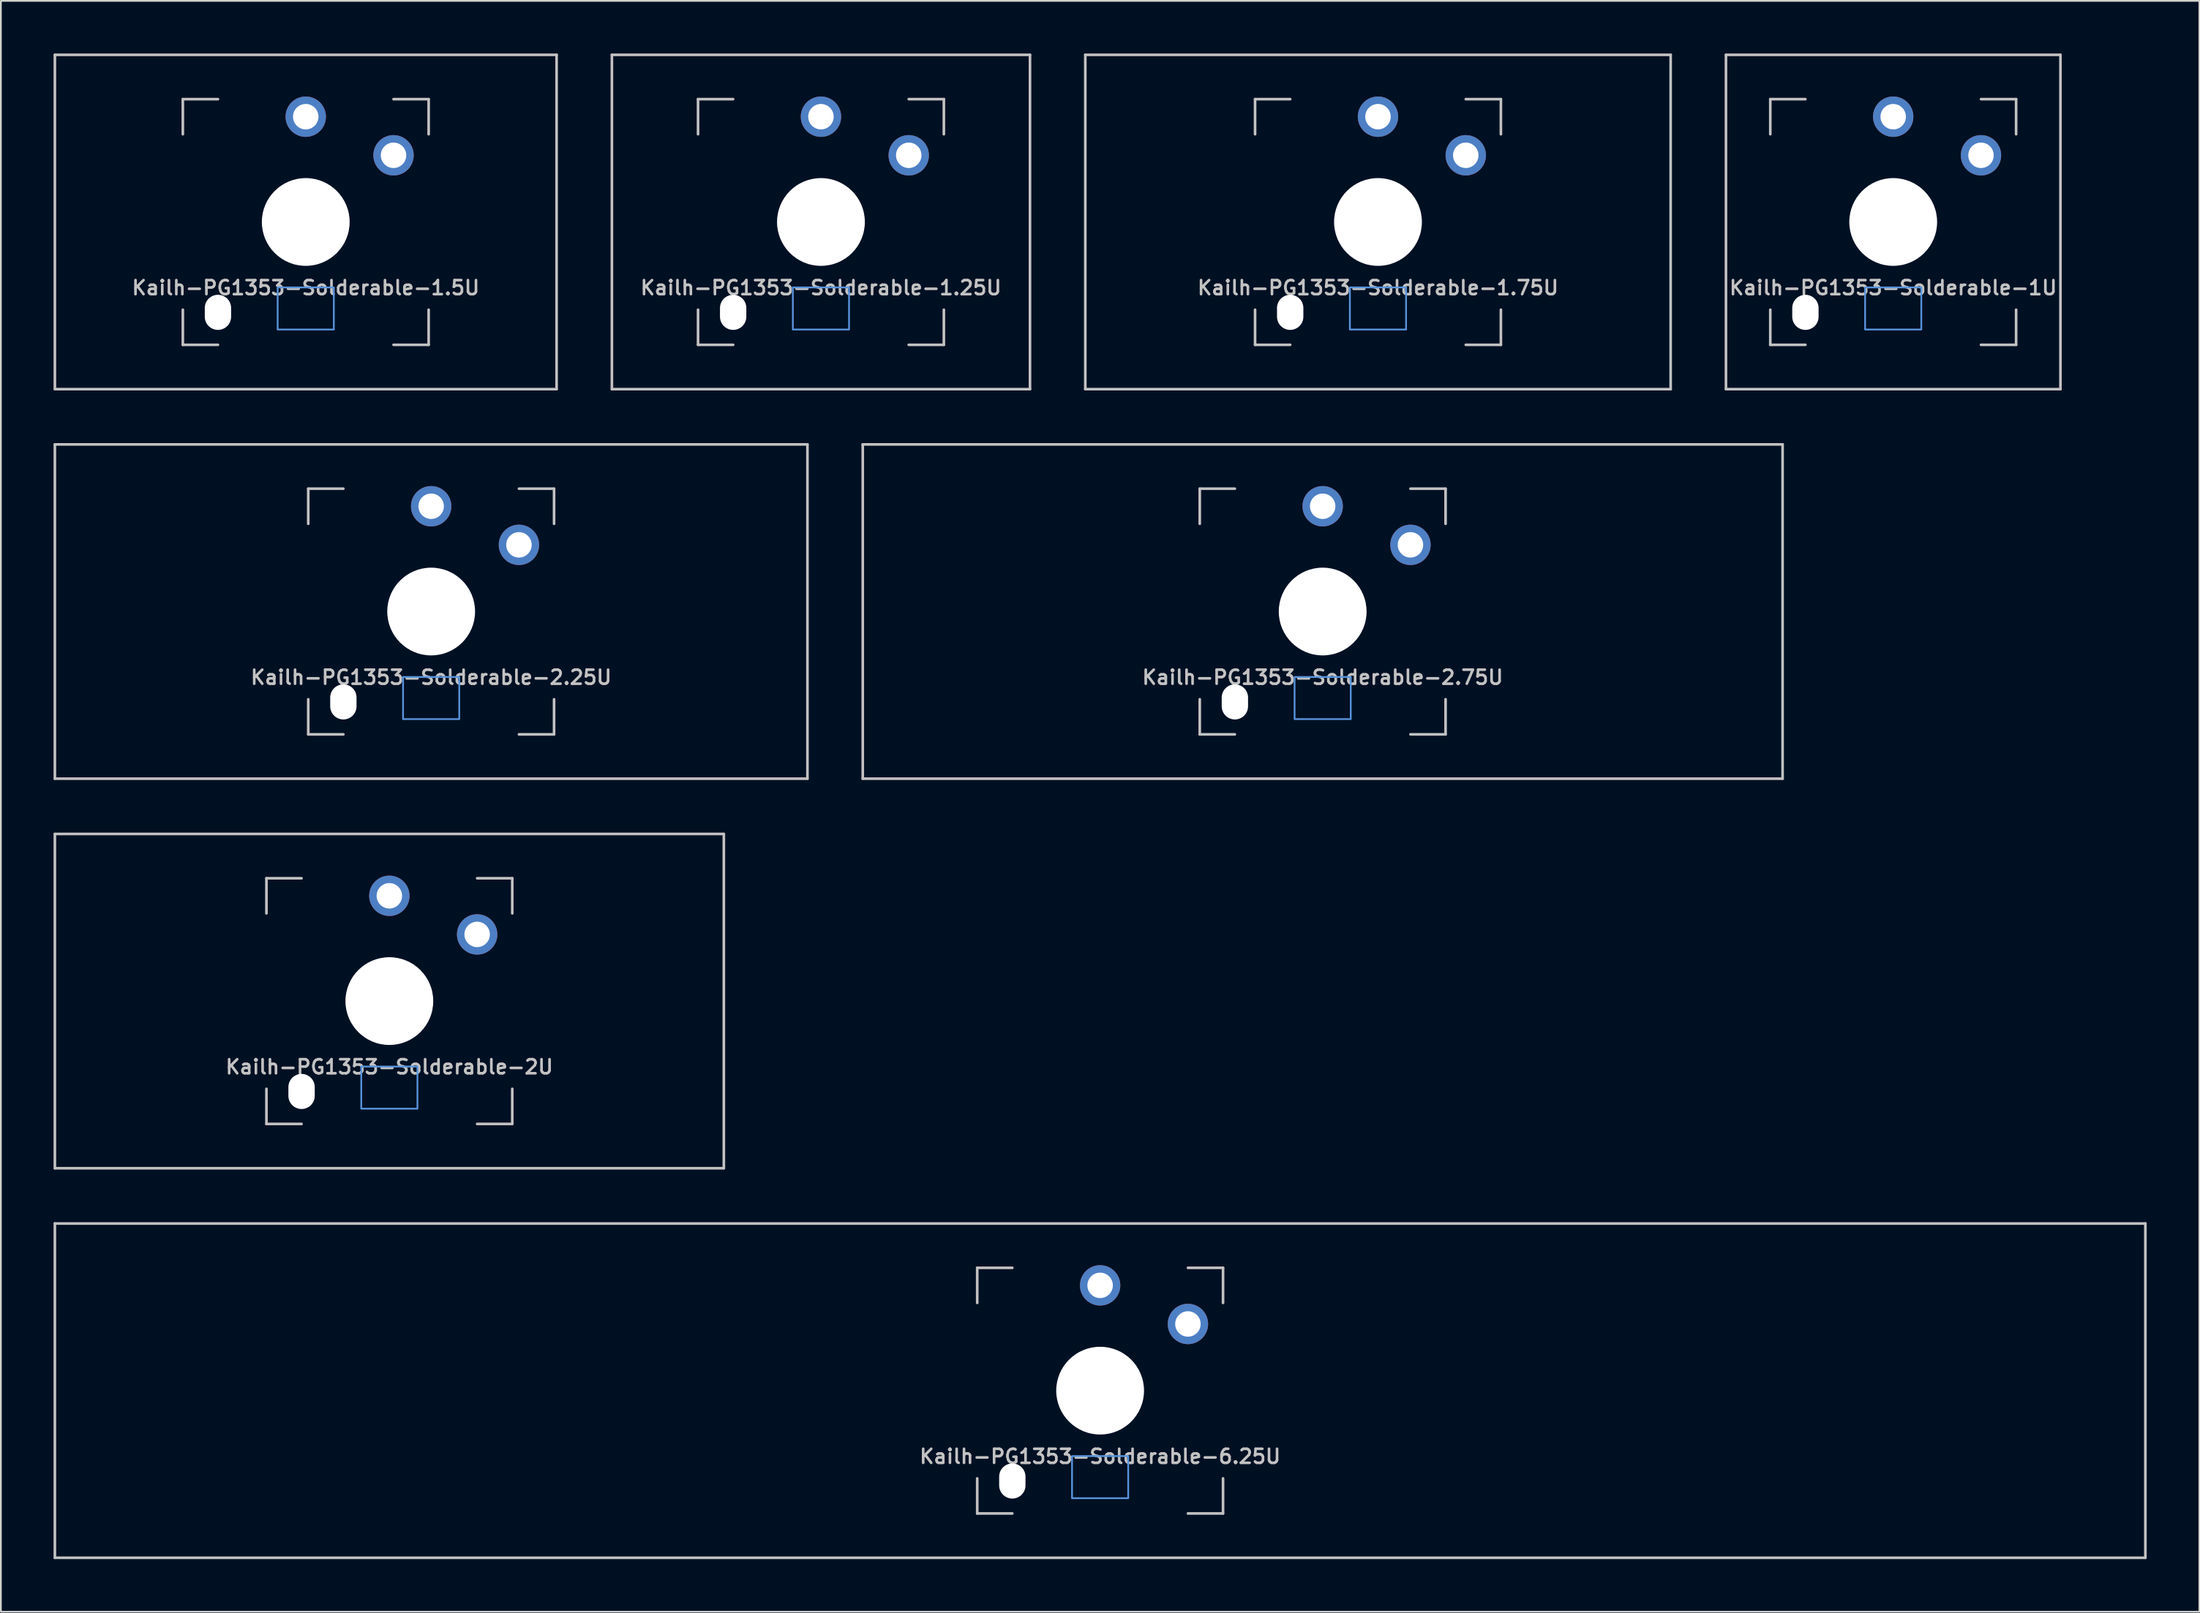
<source format=kicad_pcb>
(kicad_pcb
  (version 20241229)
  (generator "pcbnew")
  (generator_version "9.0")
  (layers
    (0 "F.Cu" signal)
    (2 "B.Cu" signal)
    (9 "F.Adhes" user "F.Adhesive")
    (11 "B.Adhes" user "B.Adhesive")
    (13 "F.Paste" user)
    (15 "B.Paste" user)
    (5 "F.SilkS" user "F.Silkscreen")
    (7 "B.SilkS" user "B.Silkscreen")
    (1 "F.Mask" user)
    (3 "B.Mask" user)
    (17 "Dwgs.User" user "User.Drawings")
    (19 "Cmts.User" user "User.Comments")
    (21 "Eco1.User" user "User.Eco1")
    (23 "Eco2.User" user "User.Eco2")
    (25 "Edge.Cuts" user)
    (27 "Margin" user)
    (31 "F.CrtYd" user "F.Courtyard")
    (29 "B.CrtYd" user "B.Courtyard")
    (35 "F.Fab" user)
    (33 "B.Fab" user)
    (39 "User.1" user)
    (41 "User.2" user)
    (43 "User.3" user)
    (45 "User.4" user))
  (footprint "Kailh-PG1353-Solderable-2.25U"
    (layer "F.Cu")
    (at 21.506 31.8)
    (property "Reference" "Kailh-PG1353-Solderable-2.25U" (at 0 3.75 0) (layer "Dwgs.User") (effects (font (size 0.8 0.8) (thickness 0.15))))
    (attr through_hole)
    (fp_line (start -21.431 9.525) (end -21.431 -9.525) (stroke (width 0.15) (type solid)) (layer "Dwgs.User"))
    (fp_line (start -7 -7) (end -7 -5) (stroke (width 0.15) (type solid)) (layer "Dwgs.User"))
    (fp_line (start -7 5) (end -7 7) (stroke (width 0.15) (type solid)) (layer "Dwgs.User"))
    (fp_line (start -7 7) (end -5 7) (stroke (width 0.15) (type solid)) (layer "Dwgs.User"))
    (fp_line (start -5 -7) (end -7 -7) (stroke (width 0.15) (type solid)) (layer "Dwgs.User"))
    (fp_line (start 5 -7) (end 7 -7) (stroke (width 0.15) (type solid)) (layer "Dwgs.User"))
    (fp_line (start 5 7) (end 7 7) (stroke (width 0.15) (type solid)) (layer "Dwgs.User"))
    (fp_line (start 7 -7) (end 7 -5) (stroke (width 0.15) (type solid)) (layer "Dwgs.User"))
    (fp_line (start 7 7) (end 7 5) (stroke (width 0.15) (type solid)) (layer "Dwgs.User"))
    (fp_line (start 21.431 -9.525) (end -21.431 -9.525) (stroke (width 0.15) (type solid)) (layer "Dwgs.User"))
    (fp_line (start 21.431 9.525) (end -21.431 9.525) (stroke (width 0.15) (type solid)) (layer "Dwgs.User"))
    (fp_line (start 21.431 9.525) (end 21.431 -9.525) (stroke (width 0.15) (type solid)) (layer "Dwgs.User"))
    (fp_rect (start -1.6 3.73) (end 1.6 6.13) (stroke (width 0.1) (type default)) (fill no) (layer "Cmts.User"))
    (pad "" np_thru_hole oval (at -5 5.15 180) (size 1.5 2) (drill oval 1.5 2) (layers "*.Cu" "*.Mask"))
    (pad "" np_thru_hole circle (at 0 0 180) (size 5 5) (drill 5.1) (layers "*.Cu" "*.Mask"))
    (pad "1" thru_hole circle (at 5 -3.8 180) (size 2.3 2.3) (drill 1.45) (layers "*.Cu" "B.Mask"))
    (pad "2" thru_hole circle (at 0 -6 180) (size 2.3 2.3) (drill 1.45) (layers "*.Cu" "B.Mask")))
  (footprint "Kailh-PG1353-Solderable-6.25U"
    (layer "F.Cu")
    (at 59.606 76.2)
    (property "Reference" "Kailh-PG1353-Solderable-6.25U" (at 0 3.75 0) (layer "Dwgs.User") (effects (font (size 0.8 0.8) (thickness 0.15))))
    (attr through_hole)
    (fp_line (start -59.531 9.525) (end -59.531 -9.525) (stroke (width 0.15) (type solid)) (layer "Dwgs.User"))
    (fp_line (start -7 -7) (end -7 -5) (stroke (width 0.15) (type solid)) (layer "Dwgs.User"))
    (fp_line (start -7 5) (end -7 7) (stroke (width 0.15) (type solid)) (layer "Dwgs.User"))
    (fp_line (start -7 7) (end -5 7) (stroke (width 0.15) (type solid)) (layer "Dwgs.User"))
    (fp_line (start -5 -7) (end -7 -7) (stroke (width 0.15) (type solid)) (layer "Dwgs.User"))
    (fp_line (start 5 -7) (end 7 -7) (stroke (width 0.15) (type solid)) (layer "Dwgs.User"))
    (fp_line (start 5 7) (end 7 7) (stroke (width 0.15) (type solid)) (layer "Dwgs.User"))
    (fp_line (start 7 -7) (end 7 -5) (stroke (width 0.15) (type solid)) (layer "Dwgs.User"))
    (fp_line (start 7 7) (end 7 5) (stroke (width 0.15) (type solid)) (layer "Dwgs.User"))
    (fp_line (start 59.531 -9.525) (end -59.531 -9.525) (stroke (width 0.15) (type solid)) (layer "Dwgs.User"))
    (fp_line (start 59.531 9.525) (end -59.531 9.525) (stroke (width 0.15) (type solid)) (layer "Dwgs.User"))
    (fp_line (start 59.531 9.525) (end 59.531 -9.525) (stroke (width 0.15) (type solid)) (layer "Dwgs.User"))
    (fp_rect (start -1.6 3.73) (end 1.6 6.13) (stroke (width 0.1) (type default)) (fill no) (layer "Cmts.User"))
    (pad "" np_thru_hole oval (at -5 5.15 180) (size 1.5 2) (drill oval 1.5 2) (layers "*.Cu" "*.Mask"))
    (pad "" np_thru_hole circle (at 0 0 180) (size 5 5) (drill 5.1) (layers "*.Cu" "*.Mask"))
    (pad "1" thru_hole circle (at 5 -3.8 180) (size 2.3 2.3) (drill 1.45) (layers "*.Cu" "B.Mask"))
    (pad "2" thru_hole circle (at 0 -6 180) (size 2.3 2.3) (drill 1.45) (layers "*.Cu" "B.Mask")))
  (footprint "Kailh-PG1353-Solderable-2.75U"
    (layer "F.Cu")
    (at 72.281 31.8)
    (property "Reference" "Kailh-PG1353-Solderable-2.75U" (at 0 3.75 0) (layer "Dwgs.User") (effects (font (size 0.8 0.8) (thickness 0.15))))
    (attr through_hole)
    (fp_line (start -26.194 9.525) (end -26.194 -9.525) (stroke (width 0.15) (type solid)) (layer "Dwgs.User"))
    (fp_line (start -7 -7) (end -7 -5) (stroke (width 0.15) (type solid)) (layer "Dwgs.User"))
    (fp_line (start -7 5) (end -7 7) (stroke (width 0.15) (type solid)) (layer "Dwgs.User"))
    (fp_line (start -7 7) (end -5 7) (stroke (width 0.15) (type solid)) (layer "Dwgs.User"))
    (fp_line (start -5 -7) (end -7 -7) (stroke (width 0.15) (type solid)) (layer "Dwgs.User"))
    (fp_line (start 5 -7) (end 7 -7) (stroke (width 0.15) (type solid)) (layer "Dwgs.User"))
    (fp_line (start 5 7) (end 7 7) (stroke (width 0.15) (type solid)) (layer "Dwgs.User"))
    (fp_line (start 7 -7) (end 7 -5) (stroke (width 0.15) (type solid)) (layer "Dwgs.User"))
    (fp_line (start 7 7) (end 7 5) (stroke (width 0.15) (type solid)) (layer "Dwgs.User"))
    (fp_line (start 26.194 -9.525) (end -26.194 -9.525) (stroke (width 0.15) (type solid)) (layer "Dwgs.User"))
    (fp_line (start 26.194 9.525) (end -26.194 9.525) (stroke (width 0.15) (type solid)) (layer "Dwgs.User"))
    (fp_line (start 26.194 9.525) (end 26.194 -9.525) (stroke (width 0.15) (type solid)) (layer "Dwgs.User"))
    (fp_rect (start -1.6 3.73) (end 1.6 6.13) (stroke (width 0.1) (type default)) (fill no) (layer "Cmts.User"))
    (pad "" np_thru_hole oval (at -5 5.15 180) (size 1.5 2) (drill oval 1.5 2) (layers "*.Cu" "*.Mask"))
    (pad "" np_thru_hole circle (at 0 0 180) (size 5 5) (drill 5.1) (layers "*.Cu" "*.Mask"))
    (pad "1" thru_hole circle (at 5 -3.8 180) (size 2.3 2.3) (drill 1.45) (layers "*.Cu" "B.Mask"))
    (pad "2" thru_hole circle (at 0 -6 180) (size 2.3 2.3) (drill 1.45) (layers "*.Cu" "B.Mask")))
  (footprint "Kailh-PG1353-Solderable-2U"
    (layer "F.Cu")
    (at 19.125 54)
    (property "Reference" "Kailh-PG1353-Solderable-2U" (at 0 3.75 0) (layer "Dwgs.User") (effects (font (size 0.8 0.8) (thickness 0.15))))
    (attr through_hole)
    (fp_line (start -19.05 9.525) (end -19.05 -9.525) (stroke (width 0.15) (type solid)) (layer "Dwgs.User"))
    (fp_line (start -7 -7) (end -7 -5) (stroke (width 0.15) (type solid)) (layer "Dwgs.User"))
    (fp_line (start -7 5) (end -7 7) (stroke (width 0.15) (type solid)) (layer "Dwgs.User"))
    (fp_line (start -7 7) (end -5 7) (stroke (width 0.15) (type solid)) (layer "Dwgs.User"))
    (fp_line (start -5 -7) (end -7 -7) (stroke (width 0.15) (type solid)) (layer "Dwgs.User"))
    (fp_line (start 5 -7) (end 7 -7) (stroke (width 0.15) (type solid)) (layer "Dwgs.User"))
    (fp_line (start 5 7) (end 7 7) (stroke (width 0.15) (type solid)) (layer "Dwgs.User"))
    (fp_line (start 7 -7) (end 7 -5) (stroke (width 0.15) (type solid)) (layer "Dwgs.User"))
    (fp_line (start 7 7) (end 7 5) (stroke (width 0.15) (type solid)) (layer "Dwgs.User"))
    (fp_line (start 19.05 -9.525) (end -19.05 -9.525) (stroke (width 0.15) (type solid)) (layer "Dwgs.User"))
    (fp_line (start 19.05 9.525) (end -19.05 9.525) (stroke (width 0.15) (type solid)) (layer "Dwgs.User"))
    (fp_line (start 19.05 9.525) (end 19.05 -9.525) (stroke (width 0.15) (type solid)) (layer "Dwgs.User"))
    (fp_rect (start -1.6 3.73) (end 1.6 6.13) (stroke (width 0.1) (type default)) (fill no) (layer "Cmts.User"))
    (pad "" np_thru_hole oval (at -5 5.15 180) (size 1.5 2) (drill oval 1.5 2) (layers "*.Cu" "*.Mask"))
    (pad "" np_thru_hole circle (at 0 0 180) (size 5 5) (drill 5.1) (layers "*.Cu" "*.Mask"))
    (pad "1" thru_hole circle (at 5 -3.8 180) (size 2.3 2.3) (drill 1.45) (layers "*.Cu" "B.Mask"))
    (pad "2" thru_hole circle (at 0 -6 180) (size 2.3 2.3) (drill 1.45) (layers "*.Cu" "B.Mask")))
  (footprint "Kailh-PG1353-Solderable-1.75U"
    (layer "F.Cu")
    (at 75.431 9.6)
    (property "Reference" "Kailh-PG1353-Solderable-1.75U" (at 0 3.75 0) (layer "Dwgs.User") (effects (font (size 0.8 0.8) (thickness 0.15))))
    (attr through_hole)
    (fp_line (start -16.669 9.525) (end -16.669 -9.525) (stroke (width 0.15) (type solid)) (layer "Dwgs.User"))
    (fp_line (start -7 -7) (end -7 -5) (stroke (width 0.15) (type solid)) (layer "Dwgs.User"))
    (fp_line (start -7 5) (end -7 7) (stroke (width 0.15) (type solid)) (layer "Dwgs.User"))
    (fp_line (start -7 7) (end -5 7) (stroke (width 0.15) (type solid)) (layer "Dwgs.User"))
    (fp_line (start -5 -7) (end -7 -7) (stroke (width 0.15) (type solid)) (layer "Dwgs.User"))
    (fp_line (start 5 -7) (end 7 -7) (stroke (width 0.15) (type solid)) (layer "Dwgs.User"))
    (fp_line (start 5 7) (end 7 7) (stroke (width 0.15) (type solid)) (layer "Dwgs.User"))
    (fp_line (start 7 -7) (end 7 -5) (stroke (width 0.15) (type solid)) (layer "Dwgs.User"))
    (fp_line (start 7 7) (end 7 5) (stroke (width 0.15) (type solid)) (layer "Dwgs.User"))
    (fp_line (start 16.669 -9.525) (end -16.669 -9.525) (stroke (width 0.15) (type solid)) (layer "Dwgs.User"))
    (fp_line (start 16.669 9.525) (end -16.669 9.525) (stroke (width 0.15) (type solid)) (layer "Dwgs.User"))
    (fp_line (start 16.669 9.525) (end 16.669 -9.525) (stroke (width 0.15) (type solid)) (layer "Dwgs.User"))
    (fp_rect (start -1.6 3.73) (end 1.6 6.13) (stroke (width 0.1) (type default)) (fill no) (layer "Cmts.User"))
    (pad "" np_thru_hole oval (at -5 5.15 180) (size 1.5 2) (drill oval 1.5 2) (layers "*.Cu" "*.Mask"))
    (pad "" np_thru_hole circle (at 0 0 180) (size 5 5) (drill 5.1) (layers "*.Cu" "*.Mask"))
    (pad "1" thru_hole circle (at 5 -3.8 180) (size 2.3 2.3) (drill 1.45) (layers "*.Cu" "B.Mask"))
    (pad "2" thru_hole circle (at 0 -6 180) (size 2.3 2.3) (drill 1.45) (layers "*.Cu" "B.Mask")))
  (footprint "Kailh-PG1353-Solderable-1.25U"
    (layer "F.Cu")
    (at 43.706 9.6)
    (property "Reference" "Kailh-PG1353-Solderable-1.25U" (at 0 3.75 0) (layer "Dwgs.User") (effects (font (size 0.8 0.8) (thickness 0.15))))
    (attr through_hole)
    (fp_line (start -11.906 9.525) (end -11.906 -9.525) (stroke (width 0.15) (type solid)) (layer "Dwgs.User"))
    (fp_line (start -7 -7) (end -7 -5) (stroke (width 0.15) (type solid)) (layer "Dwgs.User"))
    (fp_line (start -7 5) (end -7 7) (stroke (width 0.15) (type solid)) (layer "Dwgs.User"))
    (fp_line (start -7 7) (end -5 7) (stroke (width 0.15) (type solid)) (layer "Dwgs.User"))
    (fp_line (start -5 -7) (end -7 -7) (stroke (width 0.15) (type solid)) (layer "Dwgs.User"))
    (fp_line (start 5 -7) (end 7 -7) (stroke (width 0.15) (type solid)) (layer "Dwgs.User"))
    (fp_line (start 5 7) (end 7 7) (stroke (width 0.15) (type solid)) (layer "Dwgs.User"))
    (fp_line (start 7 -7) (end 7 -5) (stroke (width 0.15) (type solid)) (layer "Dwgs.User"))
    (fp_line (start 7 7) (end 7 5) (stroke (width 0.15) (type solid)) (layer "Dwgs.User"))
    (fp_line (start 11.906 -9.525) (end -11.906 -9.525) (stroke (width 0.15) (type solid)) (layer "Dwgs.User"))
    (fp_line (start 11.906 9.525) (end -11.906 9.525) (stroke (width 0.15) (type solid)) (layer "Dwgs.User"))
    (fp_line (start 11.906 9.525) (end 11.906 -9.525) (stroke (width 0.15) (type solid)) (layer "Dwgs.User"))
    (fp_rect (start -1.6 3.73) (end 1.6 6.13) (stroke (width 0.1) (type default)) (fill no) (layer "Cmts.User"))
    (pad "" np_thru_hole oval (at -5 5.15 180) (size 1.5 2) (drill oval 1.5 2) (layers "*.Cu" "*.Mask"))
    (pad "" np_thru_hole circle (at 0 0 180) (size 5 5) (drill 5.1) (layers "*.Cu" "*.Mask"))
    (pad "1" thru_hole circle (at 5 -3.8 180) (size 2.3 2.3) (drill 1.45) (layers "*.Cu" "B.Mask"))
    (pad "2" thru_hole circle (at 0 -6 180) (size 2.3 2.3) (drill 1.45) (layers "*.Cu" "B.Mask")))
  (footprint "Kailh-PG1353-Solderable-1.5U"
    (layer "F.Cu")
    (at 14.363 9.6)
    (property "Reference" "Kailh-PG1353-Solderable-1.5U" (at 0 3.75 0) (layer "Dwgs.User") (effects (font (size 0.8 0.8) (thickness 0.15))))
    (attr through_hole)
    (fp_line (start -14.287 9.525) (end -14.287 -9.525) (stroke (width 0.15) (type solid)) (layer "Dwgs.User"))
    (fp_line (start -7 -7) (end -7 -5) (stroke (width 0.15) (type solid)) (layer "Dwgs.User"))
    (fp_line (start -7 5) (end -7 7) (stroke (width 0.15) (type solid)) (layer "Dwgs.User"))
    (fp_line (start -7 7) (end -5 7) (stroke (width 0.15) (type solid)) (layer "Dwgs.User"))
    (fp_line (start -5 -7) (end -7 -7) (stroke (width 0.15) (type solid)) (layer "Dwgs.User"))
    (fp_line (start 5 -7) (end 7 -7) (stroke (width 0.15) (type solid)) (layer "Dwgs.User"))
    (fp_line (start 5 7) (end 7 7) (stroke (width 0.15) (type solid)) (layer "Dwgs.User"))
    (fp_line (start 7 -7) (end 7 -5) (stroke (width 0.15) (type solid)) (layer "Dwgs.User"))
    (fp_line (start 7 7) (end 7 5) (stroke (width 0.15) (type solid)) (layer "Dwgs.User"))
    (fp_line (start 14.287 -9.525) (end -14.287 -9.525) (stroke (width 0.15) (type solid)) (layer "Dwgs.User"))
    (fp_line (start 14.287 9.525) (end -14.287 9.525) (stroke (width 0.15) (type solid)) (layer "Dwgs.User"))
    (fp_line (start 14.287 9.525) (end 14.287 -9.525) (stroke (width 0.15) (type solid)) (layer "Dwgs.User"))
    (fp_rect (start -1.6 3.73) (end 1.6 6.13) (stroke (width 0.1) (type default)) (fill no) (layer "Cmts.User"))
    (pad "" np_thru_hole oval (at -5 5.15 180) (size 1.5 2) (drill oval 1.5 2) (layers "*.Cu" "*.Mask"))
    (pad "" np_thru_hole circle (at 0 0 180) (size 5 5) (drill 5.1) (layers "*.Cu" "*.Mask"))
    (pad "1" thru_hole circle (at 5 -3.8 180) (size 2.3 2.3) (drill 1.45) (layers "*.Cu" "B.Mask"))
    (pad "2" thru_hole circle (at 0 -6 180) (size 2.3 2.3) (drill 1.45) (layers "*.Cu" "B.Mask")))
  (footprint "Kailh-PG1353-Solderable-1U"
    (layer "F.Cu")
    (at 104.775 9.6)
    (property "Reference" "Kailh-PG1353-Solderable-1U" (at 0 3.75 0) (layer "Dwgs.User") (effects (font (size 0.8 0.8) (thickness 0.15))))
    (attr through_hole)
    (fp_line (start -9.525 9.525) (end -9.525 -9.525) (stroke (width 0.15) (type solid)) (layer "Dwgs.User"))
    (fp_line (start -7 -7) (end -7 -5) (stroke (width 0.15) (type solid)) (layer "Dwgs.User"))
    (fp_line (start -7 5) (end -7 7) (stroke (width 0.15) (type solid)) (layer "Dwgs.User"))
    (fp_line (start -7 7) (end -5 7) (stroke (width 0.15) (type solid)) (layer "Dwgs.User"))
    (fp_line (start -5 -7) (end -7 -7) (stroke (width 0.15) (type solid)) (layer "Dwgs.User"))
    (fp_line (start 5 -7) (end 7 -7) (stroke (width 0.15) (type solid)) (layer "Dwgs.User"))
    (fp_line (start 5 7) (end 7 7) (stroke (width 0.15) (type solid)) (layer "Dwgs.User"))
    (fp_line (start 7 -7) (end 7 -5) (stroke (width 0.15) (type solid)) (layer "Dwgs.User"))
    (fp_line (start 7 7) (end 7 5) (stroke (width 0.15) (type solid)) (layer "Dwgs.User"))
    (fp_line (start 9.525 -9.525) (end -9.525 -9.525) (stroke (width 0.15) (type solid)) (layer "Dwgs.User"))
    (fp_line (start 9.525 9.525) (end -9.525 9.525) (stroke (width 0.15) (type solid)) (layer "Dwgs.User"))
    (fp_line (start 9.525 9.525) (end 9.525 -9.525) (stroke (width 0.15) (type solid)) (layer "Dwgs.User"))
    (fp_rect (start -1.6 3.73) (end 1.6 6.13) (stroke (width 0.1) (type default)) (fill no) (layer "Cmts.User"))
    (pad "" np_thru_hole oval (at -5 5.15 180) (size 1.5 2) (drill oval 1.5 2) (layers "*.Cu" "*.Mask"))
    (pad "" np_thru_hole circle (at 0 0 180) (size 5 5) (drill 5.1) (layers "*.Cu" "*.Mask"))
    (pad "1" thru_hole circle (at 5 -3.8 180) (size 2.3 2.3) (drill 1.45) (layers "*.Cu" "B.Mask"))
    (pad "2" thru_hole circle (at 0 -6 180) (size 2.3 2.3) (drill 1.45) (layers "*.Cu" "B.Mask")))
  (gr_rect
    (start -3 -3)
    (end 122.213 88.8)
    (stroke (width 0.1) (type default))
    (fill no)
    (layer "Edge.Cuts")))
</source>
